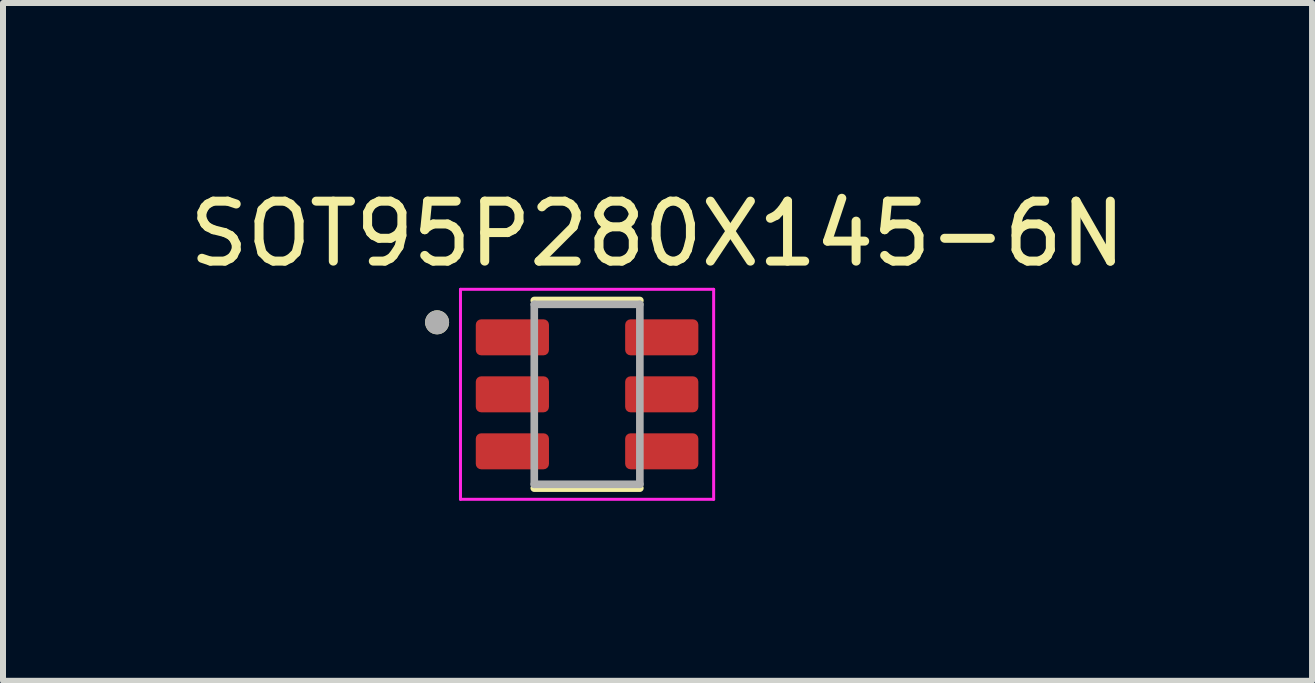
<source format=kicad_pcb>
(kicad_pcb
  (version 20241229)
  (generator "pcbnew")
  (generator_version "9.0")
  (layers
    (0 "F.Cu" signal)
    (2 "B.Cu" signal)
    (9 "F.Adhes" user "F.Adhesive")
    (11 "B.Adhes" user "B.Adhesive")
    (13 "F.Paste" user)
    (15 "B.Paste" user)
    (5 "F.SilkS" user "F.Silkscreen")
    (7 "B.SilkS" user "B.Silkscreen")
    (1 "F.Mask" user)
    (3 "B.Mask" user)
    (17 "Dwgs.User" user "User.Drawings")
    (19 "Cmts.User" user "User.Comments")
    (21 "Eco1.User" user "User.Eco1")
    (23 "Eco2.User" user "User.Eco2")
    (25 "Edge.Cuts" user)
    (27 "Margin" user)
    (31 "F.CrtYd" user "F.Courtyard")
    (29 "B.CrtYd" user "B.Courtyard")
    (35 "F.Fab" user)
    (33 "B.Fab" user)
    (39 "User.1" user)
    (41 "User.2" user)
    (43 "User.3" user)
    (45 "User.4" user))
  (footprint "SOT95P280X145-6N"
    (layer "F.Cu")
    (at 6.736 3.523)
    (property "Reference" "SOT95P280X145-6N" (at 1.175 -2.675 0) (layer "F.SilkS") (effects (font (size 1 1) (thickness 0.15))))
    (attr through_hole)
    (fp_line (start -0.88 -1.564) (end 0.88 -1.564) (stroke (width 0.127) (type solid)) (layer "F.SilkS"))
    (fp_line (start -0.88 1.564) (end 0.88 1.564) (stroke (width 0.127) (type solid)) (layer "F.SilkS"))
    (fp_circle (center -2.5 -1.2) (end -2.4 -1.2) (stroke (width 0.2) (type solid)) (fill no) (layer "F.SilkS"))
    (fp_line (start -2.11 -1.75) (end 2.11 -1.75) (stroke (width 0.05) (type solid)) (layer "F.CrtYd"))
    (fp_line (start -2.11 1.75) (end -2.11 -1.75) (stroke (width 0.05) (type solid)) (layer "F.CrtYd"))
    (fp_line (start 2.11 -1.75) (end 2.11 1.75) (stroke (width 0.05) (type solid)) (layer "F.CrtYd"))
    (fp_line (start 2.11 1.75) (end -2.11 1.75) (stroke (width 0.05) (type solid)) (layer "F.CrtYd"))
    (fp_line (start -0.88 -1.5) (end 0.88 -1.5) (stroke (width 0.127) (type solid)) (layer "F.Fab"))
    (fp_line (start -0.88 1.5) (end -0.88 -1.5) (stroke (width 0.127) (type solid)) (layer "F.Fab"))
    (fp_line (start 0.88 -1.5) (end 0.88 1.5) (stroke (width 0.127) (type solid)) (layer "F.Fab"))
    (fp_line (start 0.88 1.5) (end -0.88 1.5) (stroke (width 0.127) (type solid)) (layer "F.Fab"))
    (fp_circle (center -2.5 -1.2) (end -2.4 -1.2) (stroke (width 0.2) (type solid)) (fill no) (layer "F.Fab"))
    (pad "1" smd roundrect (at -1.245 -0.95) (size 1.22 0.6) (layers "F.Cu" "F.Mask" "F.Paste") (roundrect_rratio 0.15))
    (pad "2" smd roundrect (at -1.245 0) (size 1.22 0.6) (layers "F.Cu" "F.Mask" "F.Paste") (roundrect_rratio 0.15))
    (pad "3" smd roundrect (at -1.245 0.95) (size 1.22 0.6) (layers "F.Cu" "F.Mask" "F.Paste") (roundrect_rratio 0.15))
    (pad "4" smd roundrect (at 1.245 0.95) (size 1.22 0.6) (layers "F.Cu" "F.Mask" "F.Paste") (roundrect_rratio 0.15))
    (pad "5" smd roundrect (at 1.245 0) (size 1.22 0.6) (layers "F.Cu" "F.Mask" "F.Paste") (roundrect_rratio 0.15))
    (pad "6" smd roundrect (at 1.245 -0.95) (size 1.22 0.6) (layers "F.Cu" "F.Mask" "F.Paste") (roundrect_rratio 0.15)))
  (gr_rect
    (start -3 -3)
    (end 18.821 8.298)
    (stroke (width 0.1) (type default))
    (fill no)
    (layer "Edge.Cuts")))
</source>
